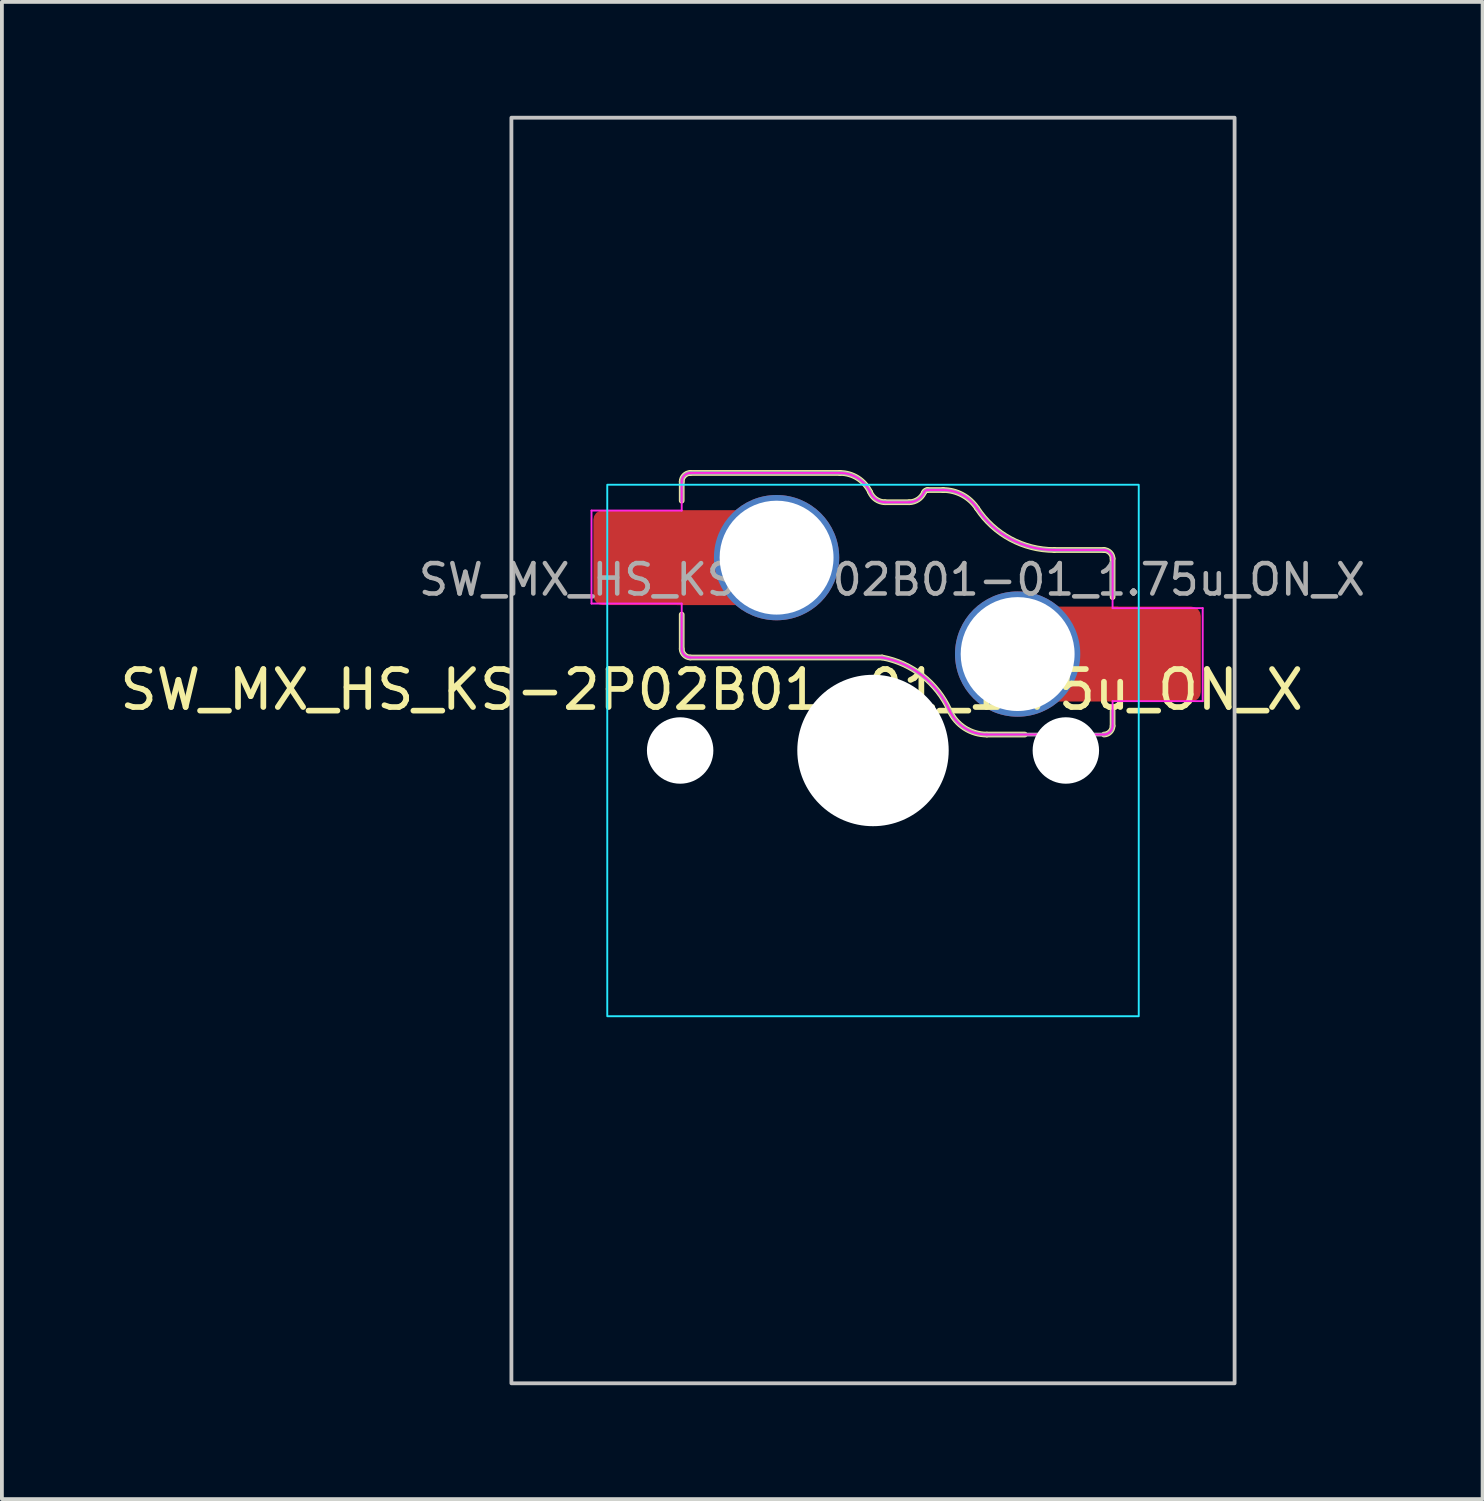
<source format=kicad_pcb>
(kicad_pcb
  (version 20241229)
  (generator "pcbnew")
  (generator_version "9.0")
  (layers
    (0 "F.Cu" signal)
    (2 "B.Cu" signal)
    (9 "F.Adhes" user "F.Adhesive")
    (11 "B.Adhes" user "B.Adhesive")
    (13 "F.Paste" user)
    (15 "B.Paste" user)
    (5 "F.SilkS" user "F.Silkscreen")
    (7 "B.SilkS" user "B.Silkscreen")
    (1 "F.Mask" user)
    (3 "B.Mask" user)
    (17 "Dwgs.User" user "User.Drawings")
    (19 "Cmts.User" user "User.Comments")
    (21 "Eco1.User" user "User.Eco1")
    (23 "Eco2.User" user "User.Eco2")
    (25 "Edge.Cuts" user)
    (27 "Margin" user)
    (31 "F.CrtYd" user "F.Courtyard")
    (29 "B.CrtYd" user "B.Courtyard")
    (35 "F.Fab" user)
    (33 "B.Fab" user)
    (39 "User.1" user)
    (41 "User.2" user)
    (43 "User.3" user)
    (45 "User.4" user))
  (footprint "SW_MX_HS_KS-2P02B01-01_1.75u_ON_X"
    (layer "F.Cu")
    (at 19.946 16.719)
    (property "Reference" "SW_MX_HS_KS-2P02B01-01_1.75u_ON_X" (at -4.25 -1.6 0) (layer "F.SilkS") (effects (font (size 1 1) (thickness 0.15))))
    (attr smd)
    (fp_line (start -5.039 -7.086) (end -5.039 -6.58) (stroke (width 0.15) (type solid)) (layer "F.SilkS"))
    (fp_line (start -5.039 -2.675) (end -5.039 -3.58) (stroke (width 0.15) (type solid)) (layer "F.SilkS"))
    (fp_line (start -4.814 -2.45) (end 0.239 -2.45) (stroke (width 0.15) (type solid)) (layer "F.SilkS"))
    (fp_line (start -0.871 -7.311) (end -4.814 -7.311) (stroke (width 0.15) (type solid)) (layer "F.SilkS"))
    (fp_line (start 0.954 -6.539) (end 0.316 -6.539) (stroke (width 0.15) (type solid)) (layer "F.SilkS"))
    (fp_line (start 1.437 -6.861) (end 1.846 -6.861) (stroke (width 0.15) (type solid)) (layer "F.SilkS"))
    (fp_line (start 2.997 -0.42) (end 4 -0.42) (stroke (width 0.15) (type solid)) (layer "F.SilkS"))
    (fp_line (start 6.086 -5.281) (end 4.775 -5.281) (stroke (width 0.15) (type solid)) (layer "F.SilkS"))
    (fp_line (start 6.311 -5.056) (end 6.311 -4.04) (stroke (width 0.15) (type solid)) (layer "F.SilkS"))
    (fp_line (start 6.311 -0.645) (end 6.311 -1.04) (stroke (width 0.15) (type solid)) (layer "F.SilkS"))
    (fp_arc (start -0.870659 -7.311006) (mid -0.404802 -7.177082) (end -0.081188 -6.816204) (stroke (width 0.15) (type solid)) (layer "F.SilkS"))
    (fp_arc (start 0.239066 -2.449741) (mid 1.301345 -1.970299) (end 2.018091 -1.051291) (stroke (width 0.15) (type solid)) (layer "F.SilkS"))
    (fp_arc (start 0.316284 -6.539103) (mid 0.075462 -6.617285) (end -0.081188 -6.816204) (stroke (width 0.15) (type solid)) (layer "F.SilkS"))
    (fp_arc (start 1.344869 -6.800882) (mid 1.1877 -6.612605) (end 0.953718 -6.539103) (stroke (width 0.15) (type solid)) (layer "F.SilkS"))
    (fp_arc (start 1.344869 -6.800882) (mid 1.381745 -6.844643) (end 1.436576 -6.861005) (stroke (width 0.15) (type solid)) (layer "F.SilkS"))
    (fp_arc (start 1.845965 -6.860996) (mid 2.356288 -6.732106) (end 2.744226 -6.376372) (stroke (width 0.15) (type solid)) (layer "F.SilkS"))
    (fp_arc (start 2.997274 -0.419747) (mid 2.414853 -0.591219) (end 2.018265 -1.05093) (stroke (width 0.15) (type solid)) (layer "F.SilkS"))
    (fp_arc (start 4.774564 -5.281006) (mid 3.62108 -5.572312) (end 2.744226 -6.376372) (stroke (width 0.15) (type solid)) (layer "F.SilkS"))
    (fp_curve (pts (xy -5.039 -2.675) (xy -5.039 -2.557) (xy -4.932 -2.45) (xy -4.814 -2.45)) (stroke (width 0.15) (type solid)) (layer "F.SilkS"))
    (fp_curve (pts (xy -4.814 -7.311) (xy -4.932 -7.311) (xy -5.039 -7.204) (xy -5.039 -7.086)) (stroke (width 0.15) (type solid)) (layer "F.SilkS"))
    (fp_curve (pts (xy 6.086 -0.42) (xy 6.203 -0.42) (xy 6.311 -0.527) (xy 6.311 -0.645)) (stroke (width 0.15) (type solid)) (layer "F.SilkS"))
    (fp_curve (pts (xy 6.311 -5.056) (xy 6.311 -5.174) (xy 6.203 -5.281) (xy 6.086 -5.281)) (stroke (width 0.15) (type solid)) (layer "F.SilkS"))
    (fp_rect (start -9.525 -16.669) (end 9.525 16.669) (stroke (width 0.1) (type default)) (fill no) (layer "Dwgs.User"))
    (fp_line (start -7 -6.5) (end -7 6.5) (stroke (width 0.05) (type solid)) (layer "Eco2.User"))
    (fp_line (start -6.5 7) (end 6.5 7) (stroke (width 0.05) (type solid)) (layer "Eco2.User"))
    (fp_line (start 6.5 -7) (end -6.5 -7) (stroke (width 0.05) (type solid)) (layer "Eco2.User"))
    (fp_line (start 7 6.5) (end 7 -6.5) (stroke (width 0.05) (type solid)) (layer "Eco2.User"))
    (fp_arc (start -7 -6.5) (mid -6.853553 -6.853553) (end -6.5 -7) (stroke (width 0.05) (type solid)) (layer "Eco2.User"))
    (fp_arc (start -6.497236 6.998884) (mid -6.850789 6.852437) (end -6.997236 6.498884) (stroke (width 0.05) (type solid)) (layer "Eco2.User"))
    (fp_arc (start 6.5 -7) (mid 6.853553 -6.853553) (end 7 -6.5) (stroke (width 0.05) (type solid)) (layer "Eco2.User"))
    (fp_arc (start 7 6.5) (mid 6.853553 6.853553) (end 6.5 7) (stroke (width 0.05) (type solid)) (layer "Eco2.User"))
    (fp_rect (start -7 -7) (end 7 7) (stroke (width 0.05) (type default)) (fill no) (layer "B.CrtYd"))
    (fp_line (start -7.415 -6.32) (end -5.039 -6.32) (stroke (width 0.05) (type solid)) (layer "F.CrtYd"))
    (fp_line (start -7.415 -3.87) (end -7.415 -6.32) (stroke (width 0.05) (type solid)) (layer "F.CrtYd"))
    (fp_line (start -5.039 -7.086) (end -5.039 -6.32) (stroke (width 0.05) (type solid)) (layer "F.CrtYd"))
    (fp_line (start -5.039 -3.87) (end -7.415 -3.87) (stroke (width 0.05) (type solid)) (layer "F.CrtYd"))
    (fp_line (start -5.039 -2.675) (end -5.039 -3.87) (stroke (width 0.05) (type solid)) (layer "F.CrtYd"))
    (fp_line (start -4.814 -2.45) (end 0.239 -2.45) (stroke (width 0.05) (type solid)) (layer "F.CrtYd"))
    (fp_line (start -0.871 -7.311) (end -4.814 -7.311) (stroke (width 0.05) (type solid)) (layer "F.CrtYd"))
    (fp_line (start 0.954 -6.539) (end 0.316 -6.539) (stroke (width 0.05) (type solid)) (layer "F.CrtYd"))
    (fp_line (start 1.437 -6.861) (end 1.846 -6.861) (stroke (width 0.05) (type solid)) (layer "F.CrtYd"))
    (fp_line (start 2.997 -0.42) (end 6.086 -0.42) (stroke (width 0.05) (type solid)) (layer "F.CrtYd"))
    (fp_line (start 6.086 -5.281) (end 4.775 -5.281) (stroke (width 0.05) (type solid)) (layer "F.CrtYd"))
    (fp_line (start 6.311 -5.056) (end 6.311 -3.75) (stroke (width 0.05) (type solid)) (layer "F.CrtYd"))
    (fp_line (start 6.311 -3.75) (end 8.685 -3.75) (stroke (width 0.05) (type solid)) (layer "F.CrtYd"))
    (fp_line (start 6.311 -0.645) (end 6.311 -1.3) (stroke (width 0.05) (type solid)) (layer "F.CrtYd"))
    (fp_line (start 8.685 -3.75) (end 8.685 -1.3) (stroke (width 0.05) (type solid)) (layer "F.CrtYd"))
    (fp_line (start 8.685 -1.3) (end 6.311 -1.3) (stroke (width 0.05) (type solid)) (layer "F.CrtYd"))
    (fp_arc (start -0.870659 -7.311006) (mid -0.404802 -7.177082) (end -0.081188 -6.816204) (stroke (width 0.05) (type solid)) (layer "F.CrtYd"))
    (fp_arc (start 0.239066 -2.449741) (mid 1.301345 -1.970299) (end 2.018091 -1.051291) (stroke (width 0.05) (type solid)) (layer "F.CrtYd"))
    (fp_arc (start 0.316284 -6.539103) (mid 0.075462 -6.617285) (end -0.081188 -6.816204) (stroke (width 0.05) (type solid)) (layer "F.CrtYd"))
    (fp_arc (start 1.344869 -6.800882) (mid 1.1877 -6.612605) (end 0.953718 -6.539103) (stroke (width 0.05) (type solid)) (layer "F.CrtYd"))
    (fp_arc (start 1.344869 -6.800882) (mid 1.381745 -6.844643) (end 1.436576 -6.861005) (stroke (width 0.05) (type solid)) (layer "F.CrtYd"))
    (fp_arc (start 1.845965 -6.860996) (mid 2.356288 -6.732106) (end 2.744226 -6.376372) (stroke (width 0.05) (type solid)) (layer "F.CrtYd"))
    (fp_arc (start 2.997274 -0.419747) (mid 2.414853 -0.591219) (end 2.018265 -1.05093) (stroke (width 0.05) (type solid)) (layer "F.CrtYd"))
    (fp_arc (start 4.774564 -5.281006) (mid 3.62108 -5.572312) (end 2.744226 -6.376372) (stroke (width 0.05) (type solid)) (layer "F.CrtYd"))
    (fp_curve (pts (xy -5.039 -2.675) (xy -5.039 -2.557) (xy -4.932 -2.45) (xy -4.814 -2.45)) (stroke (width 0.05) (type solid)) (layer "F.CrtYd"))
    (fp_curve (pts (xy -4.814 -7.311) (xy -4.932 -7.311) (xy -5.039 -7.204) (xy -5.039 -7.086)) (stroke (width 0.05) (type solid)) (layer "F.CrtYd"))
    (fp_curve (pts (xy 6.086 -0.42) (xy 6.203 -0.42) (xy 6.311 -0.527) (xy 6.311 -0.645)) (stroke (width 0.05) (type solid)) (layer "F.CrtYd"))
    (fp_curve (pts (xy 6.311 -5.056) (xy 6.311 -5.174) (xy 6.203 -5.281) (xy 6.086 -5.281)) (stroke (width 0.05) (type solid)) (layer "F.CrtYd"))
    (fp_line (start -5.039 -7.086) (end -5.039 -6.58) (stroke (width 0.1) (type solid)) (layer "F.Fab"))
    (fp_line (start -5.039 -2.675) (end -5.039 -3.58) (stroke (width 0.1) (type solid)) (layer "F.Fab"))
    (fp_line (start -4.814 -2.45) (end 0.239 -2.45) (stroke (width 0.1) (type solid)) (layer "F.Fab"))
    (fp_line (start -0.871 -7.311) (end -4.814 -7.311) (stroke (width 0.1) (type solid)) (layer "F.Fab"))
    (fp_line (start 0.954 -6.539) (end 0.316 -6.539) (stroke (width 0.1) (type solid)) (layer "F.Fab"))
    (fp_line (start 1.437 -6.861) (end 1.846 -6.861) (stroke (width 0.1) (type solid)) (layer "F.Fab"))
    (fp_line (start 2.997 -0.42) (end 6.086 -0.42) (stroke (width 0.1) (type solid)) (layer "F.Fab"))
    (fp_line (start 6.086 -5.281) (end 4.775 -5.281) (stroke (width 0.1) (type solid)) (layer "F.Fab"))
    (fp_line (start 6.311 -5.056) (end 6.311 -4.04) (stroke (width 0.1) (type solid)) (layer "F.Fab"))
    (fp_line (start 6.311 -0.645) (end 6.311 -1.04) (stroke (width 0.1) (type solid)) (layer "F.Fab"))
    (fp_arc (start -0.870659 -7.311006) (mid -0.404802 -7.177082) (end -0.081188 -6.816204) (stroke (width 0.1) (type solid)) (layer "F.Fab"))
    (fp_arc (start 0.239066 -2.449741) (mid 1.301345 -1.970299) (end 2.018091 -1.051291) (stroke (width 0.1) (type solid)) (layer "F.Fab"))
    (fp_arc (start 0.316284 -6.539103) (mid 0.075462 -6.617285) (end -0.081188 -6.816204) (stroke (width 0.1) (type solid)) (layer "F.Fab"))
    (fp_arc (start 1.344869 -6.800882) (mid 1.1877 -6.612605) (end 0.953718 -6.539103) (stroke (width 0.1) (type solid)) (layer "F.Fab"))
    (fp_arc (start 1.344869 -6.800882) (mid 1.381745 -6.844643) (end 1.436576 -6.861005) (stroke (width 0.1) (type solid)) (layer "F.Fab"))
    (fp_arc (start 1.845965 -6.860996) (mid 2.356288 -6.732106) (end 2.744226 -6.376372) (stroke (width 0.1) (type solid)) (layer "F.Fab"))
    (fp_arc (start 2.997274 -0.419747) (mid 2.414853 -0.591219) (end 2.018265 -1.05093) (stroke (width 0.1) (type solid)) (layer "F.Fab"))
    (fp_arc (start 4.774564 -5.281006) (mid 3.62108 -5.572312) (end 2.744226 -6.376372) (stroke (width 0.1) (type solid)) (layer "F.Fab"))
    (fp_curve (pts (xy -5.039 -2.675) (xy -5.039 -2.557) (xy -4.932 -2.45) (xy -4.814 -2.45)) (stroke (width 0.1) (type solid)) (layer "F.Fab"))
    (fp_curve (pts (xy -4.814 -7.311) (xy -4.932 -7.311) (xy -5.039 -7.204) (xy -5.039 -7.086)) (stroke (width 0.1) (type solid)) (layer "F.Fab"))
    (fp_curve (pts (xy 6.086 -0.42) (xy 6.203 -0.42) (xy 6.311 -0.527) (xy 6.311 -0.645)) (stroke (width 0.1) (type solid)) (layer "F.Fab"))
    (fp_curve (pts (xy 6.311 -5.056) (xy 6.311 -5.174) (xy 6.203 -5.281) (xy 6.086 -5.281)) (stroke (width 0.1) (type solid)) (layer "F.Fab"))
    (fp_text user "${REFERENCE}" (at 0.5 -4.5 0) (layer "F.Fab") (effects (font (size 0.8 0.8) (thickness 0.12))))
    (pad "" np_thru_hole circle (at -5.08 0) (size 1.75 1.75) (drill 1.75) (layers "*.Cu" "*.Mask"))
    (pad "" np_thru_hole circle (at 0 0) (size 3.988 3.988) (drill 3.988) (layers "*.Cu" "*.Mask"))
    (pad "" np_thru_hole circle (at 5.08 0) (size 1.75 1.75) (drill 1.75) (layers "*.Cu" "*.Mask"))
    (pad "1" thru_hole circle (at 3.81 -2.54) (size 3.3 3.3) (drill 3) (property pad_prop_mechanical) (layers "*.Cu" "*.Mask"))
    (pad "1" smd rect (at 5.635 -2.54 180) (size 1.65 2.5) (layers "F.Cu"))
    (pad "1" smd roundrect (at 7.36 -2.54) (size 2.55 2.5) (layers "F.Cu" "F.Mask" "F.Paste") (roundrect_rratio 0.1))
    (pad "2" smd roundrect (at -6.09 -5.08) (size 2.55 2.5) (layers "F.Cu" "F.Mask" "F.Paste") (roundrect_rratio 0.1))
    (pad "2" smd rect (at -4.34 -5.08) (size 1.65 2.5) (layers "F.Cu"))
    (pad "2" thru_hole circle (at -2.54 -5.08) (size 3.3 3.3) (drill 3) (property pad_prop_mechanical) (layers "*.Cu" "*.Mask")))
  (gr_rect
    (start -3 -3)
    (end 36.004 36.438)
    (stroke (width 0.1) (type default))
    (fill no)
    (layer "Edge.Cuts")))
</source>
